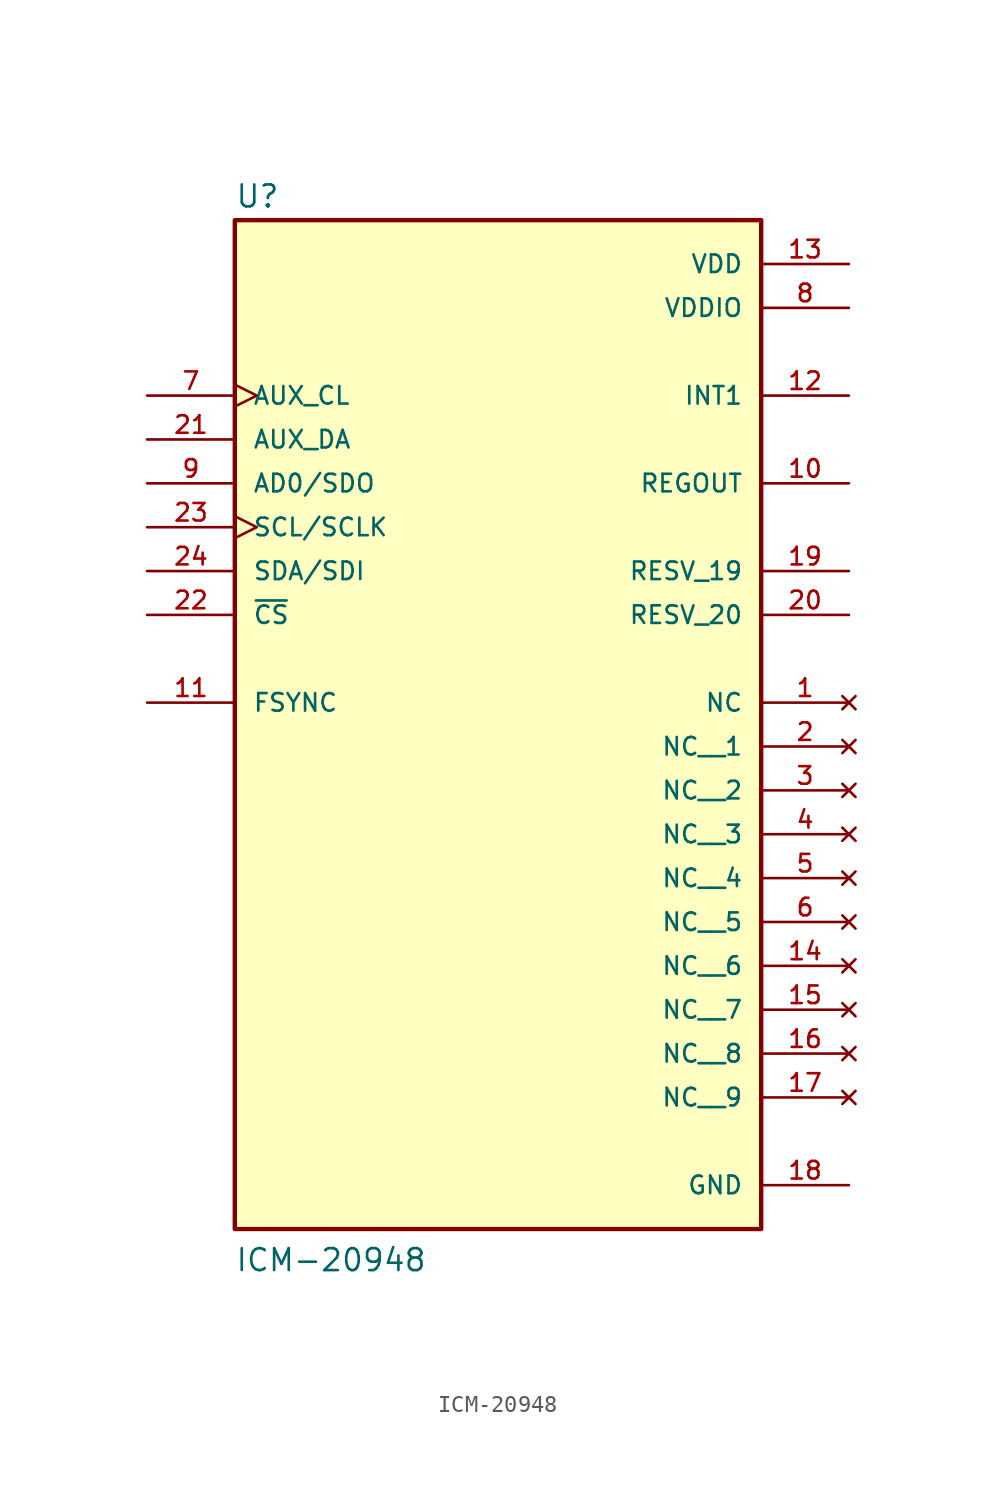
<source format=kicad_sym>
(kicad_symbol_lib
  (version 20211014)
  (generator kicad_symbol_editor)
  (symbol "ICM-20948"
    (pin_names
      (offset 1.016))
    (property "Reference" "U"
      (at -15.24 18.415 0)
      (effects (font (size 1.27 1.27)) (justify bottom left)))
    (property "Value" "ICM-20948"
      (at -15.24 -43.18 0)
      (effects (font (size 1.27 1.27)) (justify bottom left)))
    (symbol "ICM-20948_0_0"
      (rectangle (start -15.24 -40.64) (end 15.24 17.78) (stroke (width 0.254)) (fill (type background)))
      (pin input line (at -20.32 -10.16 0) (length 5.08) (name "FSYNC" (effects (font (size 1.016 1.016)))) (number "11" (effects (font (size 1.016 1.016)))))
      (pin power_in line (at 20.32 12.7 180.0) (length 5.08) (name "VDDIO" (effects (font (size 1.016 1.016)))) (number "8" (effects (font (size 1.016 1.016)))))
      (pin output line (at 20.32 7.62 180.0) (length 5.08) (name "INT1" (effects (font (size 1.016 1.016)))) (number "12" (effects (font (size 1.016 1.016)))))
      (pin bidirectional line (at -20.32 2.54 0) (length 5.08) (name "AD0/SDO" (effects (font (size 1.016 1.016)))) (number "9" (effects (font (size 1.016 1.016)))))
      (pin output line (at 20.32 2.54 180.0) (length 5.08) (name "REGOUT" (effects (font (size 1.016 1.016)))) (number "10" (effects (font (size 1.016 1.016)))))
      (pin power_in line (at 20.32 15.24 180.0) (length 5.08) (name "VDD" (effects (font (size 1.016 1.016)))) (number "13" (effects (font (size 1.016 1.016)))))
      (pin power_in line (at 20.32 -38.1 180.0) (length 5.08) (name "GND" (effects (font (size 1.016 1.016)))) (number "18" (effects (font (size 1.016 1.016)))))
      (pin passive line (at 20.32 -2.54 180.0) (length 5.08) (name "RESV_19" (effects (font (size 1.016 1.016)))) (number "19" (effects (font (size 1.016 1.016)))))
      (pin passive line (at 20.32 -5.08 180.0) (length 5.08) (name "RESV_20" (effects (font (size 1.016 1.016)))) (number "20" (effects (font (size 1.016 1.016)))))
      (pin bidirectional line (at -20.32 5.08 0) (length 5.08) (name "AUX_DA" (effects (font (size 1.016 1.016)))) (number "21" (effects (font (size 1.016 1.016)))))
      (pin input clock (at -20.32 0.0 0) (length 5.08) (name "SCL/SCLK" (effects (font (size 1.016 1.016)))) (number "23" (effects (font (size 1.016 1.016)))))
      (pin input line (at -20.32 -5.08 0) (length 5.08) (name "~{CS}" (effects (font (size 1.016 1.016)))) (number "22" (effects (font (size 1.016 1.016)))))
      (pin bidirectional line (at -20.32 -2.54 0) (length 5.08) (name "SDA/SDI" (effects (font (size 1.016 1.016)))) (number "24" (effects (font (size 1.016 1.016)))))
      (pin input clock (at -20.32 7.62 0) (length 5.08) (name "AUX_CL" (effects (font (size 1.016 1.016)))) (number "7" (effects (font (size 1.016 1.016)))))
      (pin no_connect line (at 20.32 -10.16 180.0) (length 5.08) (name "NC" (effects (font (size 1.016 1.016)))) (number "1" (effects (font (size 1.016 1.016)))))
      (pin no_connect line (at 20.32 -12.7 180.0) (length 5.08) (name "NC__1" (effects (font (size 1.016 1.016)))) (number "2" (effects (font (size 1.016 1.016)))))
      (pin no_connect line (at 20.32 -15.24 180.0) (length 5.08) (name "NC__2" (effects (font (size 1.016 1.016)))) (number "3" (effects (font (size 1.016 1.016)))))
      (pin no_connect line (at 20.32 -17.78 180.0) (length 5.08) (name "NC__3" (effects (font (size 1.016 1.016)))) (number "4" (effects (font (size 1.016 1.016)))))
      (pin no_connect line (at 20.32 -20.32 180.0) (length 5.08) (name "NC__4" (effects (font (size 1.016 1.016)))) (number "5" (effects (font (size 1.016 1.016)))))
      (pin no_connect line (at 20.32 -22.86 180.0) (length 5.08) (name "NC__5" (effects (font (size 1.016 1.016)))) (number "6" (effects (font (size 1.016 1.016)))))
      (pin no_connect line (at 20.32 -25.4 180.0) (length 5.08) (name "NC__6" (effects (font (size 1.016 1.016)))) (number "14" (effects (font (size 1.016 1.016)))))
      (pin no_connect line (at 20.32 -27.94 180.0) (length 5.08) (name "NC__7" (effects (font (size 1.016 1.016)))) (number "15" (effects (font (size 1.016 1.016)))))
      (pin no_connect line (at 20.32 -30.48 180.0) (length 5.08) (name "NC__8" (effects (font (size 1.016 1.016)))) (number "16" (effects (font (size 1.016 1.016)))))
      (pin no_connect line (at 20.32 -33.02 180.0) (length 5.08) (name "NC__9" (effects (font (size 1.016 1.016)))) (number "17" (effects (font (size 1.016 1.016))))))))
</source>
